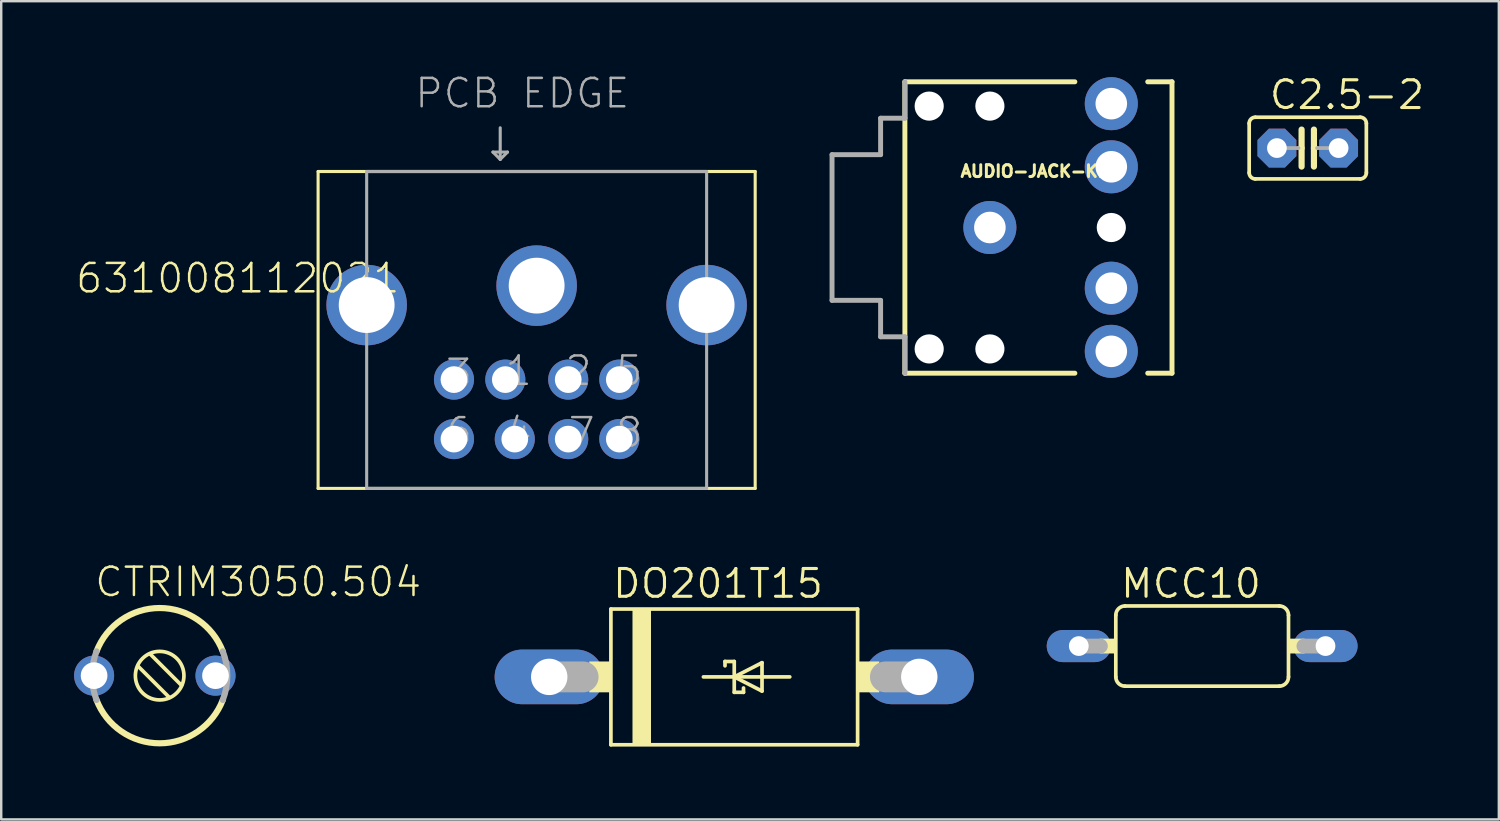
<source format=kicad_pcb>
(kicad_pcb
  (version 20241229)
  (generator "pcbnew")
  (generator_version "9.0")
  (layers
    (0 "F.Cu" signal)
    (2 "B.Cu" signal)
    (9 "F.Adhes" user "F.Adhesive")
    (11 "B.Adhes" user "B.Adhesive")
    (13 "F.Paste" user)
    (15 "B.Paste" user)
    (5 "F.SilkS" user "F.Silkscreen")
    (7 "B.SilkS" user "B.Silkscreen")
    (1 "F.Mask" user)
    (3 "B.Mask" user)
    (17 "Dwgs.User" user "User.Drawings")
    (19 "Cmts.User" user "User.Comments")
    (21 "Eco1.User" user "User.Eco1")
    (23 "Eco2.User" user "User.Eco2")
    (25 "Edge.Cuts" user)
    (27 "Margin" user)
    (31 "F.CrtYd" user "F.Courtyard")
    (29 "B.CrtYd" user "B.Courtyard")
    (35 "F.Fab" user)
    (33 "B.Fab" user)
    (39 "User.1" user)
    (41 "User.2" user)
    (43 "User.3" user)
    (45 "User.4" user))
  (footprint "CTRIM3050.504"
    (layer "F.Cu")
    (at 3.325 24.775)
    (property "Reference" "CTRIM3050.504" (at -2.54 -3.175 0) (layer "F.SilkS") (effects (font (size 1.168 1.168) (thickness 0.102)) (justify left bottom)))
    (fp_line (start -0.7 -0.4) (end 0.6 0.9) (stroke (width 0.152) (type solid)) (layer "F.SilkS"))
    (fp_line (start -0.2 -0.9) (end 1.1 0.4) (stroke (width 0.152) (type solid)) (layer "F.SilkS"))
    (fp_arc (start -2.4 -1) (mid 0.2 -2.785678) (end 2.8 -1) (stroke (width 0.254) (type solid)) (layer "F.SilkS"))
    (fp_arc (start 2.8 1) (mid 0.2 2.785678) (end -2.4 1) (stroke (width 0.254) (type solid)) (layer "F.SilkS"))
    (fp_circle (center 0.2 0) (end 1.2 0) (stroke (width 0.152) (type solid)) (fill no) (layer "F.SilkS"))
    (fp_arc (start -2.4 1) (mid -2.585678 0) (end -2.4 -1) (stroke (width 0.254) (type solid)) (layer "F.Fab"))
    (fp_arc (start 2.8 -1.000001) (mid 2.985678 0) (end 2.8 1) (stroke (width 0.254) (type solid)) (layer "F.Fab"))
    (pad "1" thru_hole circle (at -2.5 0) (size 1.65 1.65) (drill 1.1) (layers "*.Cu" "*.Mask"))
    (pad "2" thru_hole circle (at 2.5 0) (size 1.65 1.65) (drill 1.1) (layers "*.Cu" "*.Mask")))
  (footprint "C2.5-2"
    (layer "F.Cu")
    (at 50.806 3.048)
    (property "Reference" "C2.5-2" (at -1.651 -1.524 0) (layer "F.SilkS") (effects (font (size 1.143 1.143) (thickness 0.127)) (justify left bottom)))
    (fp_line (start -2.413 -1.016) (end -2.413 1.016) (stroke (width 0.152) (type solid)) (layer "F.SilkS"))
    (fp_line (start -2.159 -1.27) (end 2.159 -1.27) (stroke (width 0.152) (type solid)) (layer "F.SilkS"))
    (fp_line (start -0.254 -0.762) (end -0.254 0) (stroke (width 0.254) (type solid)) (layer "F.SilkS"))
    (fp_line (start -0.254 0) (end -0.381 0) (stroke (width 0.152) (type solid)) (layer "F.SilkS"))
    (fp_line (start -0.254 0) (end -0.254 0.762) (stroke (width 0.254) (type solid)) (layer "F.SilkS"))
    (fp_line (start 0.254 0) (end 0.254 -0.762) (stroke (width 0.254) (type solid)) (layer "F.SilkS"))
    (fp_line (start 0.254 0) (end 0.254 0.762) (stroke (width 0.254) (type solid)) (layer "F.SilkS"))
    (fp_line (start 0.381 0) (end 0.254 0) (stroke (width 0.152) (type solid)) (layer "F.SilkS"))
    (fp_line (start 2.159 1.27) (end -2.159 1.27) (stroke (width 0.152) (type solid)) (layer "F.SilkS"))
    (fp_line (start 2.413 -1.016) (end 2.413 1.016) (stroke (width 0.152) (type solid)) (layer "F.SilkS"))
    (fp_arc (start -2.413 -1.016) (mid -2.338605 -1.195605) (end -2.159 -1.27) (stroke (width 0.1524) (type solid)) (layer "F.SilkS"))
    (fp_arc (start -2.159 1.27) (mid -2.338605 1.195605) (end -2.413 1.016) (stroke (width 0.1524) (type solid)) (layer "F.SilkS"))
    (fp_arc (start 2.159 -1.27) (mid 2.338605 -1.195605) (end 2.413 -1.016) (stroke (width 0.1524) (type solid)) (layer "F.SilkS"))
    (fp_arc (start 2.413 1.016) (mid 2.338605 1.195605) (end 2.159 1.27) (stroke (width 0.1524) (type solid)) (layer "F.SilkS"))
    (fp_line (start -0.381 0) (end -1.27 0) (stroke (width 0.152) (type solid)) (layer "F.Fab"))
    (fp_line (start 1.27 0) (end 0.381 0) (stroke (width 0.152) (type solid)) (layer "F.Fab"))
    (pad "1" thru_hole roundrect (at -1.27 0) (size 1.6 1.6) (drill 0.813) (layers "*.Cu" "*.Mask") (roundrect_rratio 0.25) (chamfer_ratio 0.293) (chamfer top_left top_right bottom_left bottom_right))
    (pad "2" thru_hole roundrect (at 1.27 0) (size 1.6 1.6) (drill 0.813) (layers "*.Cu" "*.Mask") (roundrect_rratio 0.25) (chamfer_ratio 0.293) (chamfer top_left top_right bottom_left bottom_right)))
  (footprint "AUDIO-JACK-KIT"
    (layer "F.Cu")
    (at 37.715 6.319)
    (property "Reference" "AUDIO-JACK-KIT" (at -1.27 -2.032 0) (layer "F.SilkS") (effects (font (size 0.488 0.488) (thickness 0.122)) (justify left bottom)))
    (fp_circle (center 0 0) (end 0.33 0) (stroke (width 0.66) (type solid)) (fill yes) (layer "F.Mask"))
    (fp_circle (center 5 -5.1) (end 5.33 -5.1) (stroke (width 0.66) (type solid)) (fill yes) (layer "F.Mask"))
    (fp_circle (center 5 -2.5) (end 5.33 -2.5) (stroke (width 0.66) (type solid)) (fill yes) (layer "F.Mask"))
    (fp_circle (center 5 2.5) (end 5.33 2.5) (stroke (width 0.66) (type solid)) (fill yes) (layer "F.Mask"))
    (fp_circle (center 5 5.1) (end 5.33 5.1) (stroke (width 0.66) (type solid)) (fill yes) (layer "F.Mask"))
    (fp_circle (center 0 0) (end 0.61 0) (stroke (width 1.219) (type solid)) (fill yes) (layer "B.Mask"))
    (fp_circle (center 5 -5.1) (end 5.61 -5.1) (stroke (width 1.219) (type solid)) (fill yes) (layer "B.Mask"))
    (fp_circle (center 5 -2.5) (end 5.61 -2.5) (stroke (width 1.219) (type solid)) (fill yes) (layer "B.Mask"))
    (fp_circle (center 5 2.5) (end 5.61 2.5) (stroke (width 1.219) (type solid)) (fill yes) (layer "B.Mask"))
    (fp_circle (center 5 5.1) (end 5.61 5.1) (stroke (width 1.219) (type solid)) (fill yes) (layer "B.Mask"))
    (fp_line (start -3.5 -6) (end -3.5 6) (stroke (width 0.203) (type solid)) (layer "F.SilkS"))
    (fp_line (start -3.5 -6) (end 3.5 -6) (stroke (width 0.203) (type solid)) (layer "F.SilkS"))
    (fp_line (start -3.5 6) (end 3.5 6) (stroke (width 0.203) (type solid)) (layer "F.SilkS"))
    (fp_line (start 7.5 -6) (end 6.5 -6) (stroke (width 0.203) (type solid)) (layer "F.SilkS"))
    (fp_line (start 7.5 -6) (end 7.5 6) (stroke (width 0.203) (type solid)) (layer "F.SilkS"))
    (fp_line (start 7.5 6) (end 6.5 6) (stroke (width 0.203) (type solid)) (layer "F.SilkS"))
    (fp_line (start -6.5 -3) (end -6.5 3) (stroke (width 0.203) (type solid)) (layer "F.Fab"))
    (fp_line (start -6.5 -3) (end -4.5 -3) (stroke (width 0.203) (type solid)) (layer "F.Fab"))
    (fp_line (start -6.5 3) (end -4.5 3) (stroke (width 0.203) (type solid)) (layer "F.Fab"))
    (fp_line (start -4.5 -4.5) (end -4.5 -3) (stroke (width 0.203) (type solid)) (layer "F.Fab"))
    (fp_line (start -4.5 -4.5) (end -3.5 -4.5) (stroke (width 0.203) (type solid)) (layer "F.Fab"))
    (fp_line (start -4.5 3) (end -4.5 4.5) (stroke (width 0.203) (type solid)) (layer "F.Fab"))
    (fp_line (start -4.5 4.5) (end -3.5 4.5) (stroke (width 0.203) (type solid)) (layer "F.Fab"))
    (fp_line (start -3.5 -6) (end -3.5 -4.5) (stroke (width 0.203) (type solid)) (layer "F.Fab"))
    (fp_line (start -3.5 4.5) (end -3.5 6) (stroke (width 0.203) (type solid)) (layer "F.Fab"))
    (pad "" np_thru_hole circle (at -2.5 -5) (size 1.2 1.2) (drill 1.2) (layers "*.Cu" "*.Mask"))
    (pad "" np_thru_hole circle (at -2.5 5) (size 1.2 1.2) (drill 1.2) (layers "*.Cu" "*.Mask"))
    (pad "" np_thru_hole circle (at 0 -5) (size 1.2 1.2) (drill 1.2) (layers "*.Cu" "*.Mask"))
    (pad "" np_thru_hole circle (at 0 5) (size 1.2 1.2) (drill 1.2) (layers "*.Cu" "*.Mask"))
    (pad "" np_thru_hole circle (at 5 0) (size 1.2 1.2) (drill 1.2) (layers "*.Cu" "*.Mask"))
    (pad "RING" thru_hole circle (at 5 -5.1) (size 2.184 2.184) (drill 1.3) (layers "*.Cu"))
    (pad "RSH" thru_hole circle (at 5 -2.5) (size 2.184 2.184) (drill 1.3) (layers "*.Cu"))
    (pad "SLEEVE" thru_hole circle (at 0 0) (size 2.184 2.184) (drill 1.3) (layers "*.Cu"))
    (pad "TIP" thru_hole circle (at 5 5.1) (size 2.184 2.184) (drill 1.3) (layers "*.Cu"))
    (pad "TSH" thru_hole circle (at 5 2.5) (size 2.184 2.184) (drill 1.3) (layers "*.Cu")))
  (footprint "DO201T15"
    (layer "F.Cu")
    (at 27.188 24.826)
    (property "Reference" "DO201T15" (at -5.08 -3.175 0) (layer "F.SilkS") (effects (font (size 1.143 1.143) (thickness 0.127)) (justify left bottom)))
    (fp_line (start -5.08 -2.794) (end 5.08 -2.794) (stroke (width 0.152) (type solid)) (layer "F.SilkS"))
    (fp_line (start -5.08 2.794) (end -5.08 -2.794) (stroke (width 0.152) (type solid)) (layer "F.SilkS"))
    (fp_line (start -1.27 0) (end 0 0) (stroke (width 0.152) (type solid)) (layer "F.SilkS"))
    (fp_line (start -0.381 -0.635) (end 0 -0.635) (stroke (width 0.152) (type solid)) (layer "F.SilkS"))
    (fp_line (start -0.381 -0.457) (end -0.381 -0.635) (stroke (width 0.152) (type solid)) (layer "F.SilkS"))
    (fp_line (start 0 -0.635) (end 0 0) (stroke (width 0.152) (type solid)) (layer "F.SilkS"))
    (fp_line (start 0 0) (end 1.143 -0.584) (stroke (width 0.152) (type solid)) (layer "F.SilkS"))
    (fp_line (start 0 0) (end 2.286 0) (stroke (width 0.152) (type solid)) (layer "F.SilkS"))
    (fp_line (start 0 0.635) (end 0 0) (stroke (width 0.152) (type solid)) (layer "F.SilkS"))
    (fp_line (start 0.381 0.457) (end 0.381 0.635) (stroke (width 0.152) (type solid)) (layer "F.SilkS"))
    (fp_line (start 0.381 0.635) (end 0 0.635) (stroke (width 0.152) (type solid)) (layer "F.SilkS"))
    (fp_line (start 1.143 -0.584) (end 1.143 0.584) (stroke (width 0.152) (type solid)) (layer "F.SilkS"))
    (fp_line (start 1.143 0.584) (end 0 0) (stroke (width 0.152) (type solid)) (layer "F.SilkS"))
    (fp_line (start 5.08 -2.794) (end 5.08 2.794) (stroke (width 0.152) (type solid)) (layer "F.SilkS"))
    (fp_line (start 5.08 2.794) (end -5.08 2.794) (stroke (width 0.152) (type solid)) (layer "F.SilkS"))
    (fp_poly (pts (xy -5.969 0.635) (xy -5.08 0.635) (xy -5.08 -0.635) (xy -5.969 -0.635)) (stroke (width 0) (type default)) (fill yes) (layer "F.SilkS"))
    (fp_poly (pts (xy -4.191 2.794) (xy -3.429 2.794) (xy -3.429 -2.794) (xy -4.191 -2.794)) (stroke (width 0) (type default)) (fill yes) (layer "F.SilkS"))
    (fp_poly (pts (xy 5.08 0.635) (xy 5.969 0.635) (xy 5.969 -0.635) (xy 5.08 -0.635)) (stroke (width 0) (type default)) (fill yes) (layer "F.SilkS"))
    (fp_line (start -7.62 0) (end -6.223 0) (stroke (width 1.27) (type solid)) (layer "F.Fab"))
    (fp_line (start 7.62 0) (end 6.223 0) (stroke (width 1.27) (type solid)) (layer "F.Fab"))
    (pad "A" thru_hole oval (at 7.62 0) (size 4.496 2.248) (drill 1.499) (layers "*.Cu" "*.Mask"))
    (pad "C" thru_hole oval (at -7.62 0) (size 4.496 2.248) (drill 1.499) (layers "*.Cu" "*.Mask")))
  (footprint "MCC10"
    (layer "F.Cu")
    (at 46.457 23.556)
    (property "Reference" "MCC10" (at -3.429 -1.905 0) (layer "F.SilkS") (effects (font (size 1.143 1.143) (thickness 0.127)) (justify left bottom)))
    (fp_line (start -3.556 -1.27) (end -3.556 1.27) (stroke (width 0.152) (type solid)) (layer "F.SilkS"))
    (fp_line (start -3.175 -1.651) (end 3.175 -1.651) (stroke (width 0.152) (type solid)) (layer "F.SilkS"))
    (fp_line (start 3.175 1.651) (end -3.175 1.651) (stroke (width 0.152) (type solid)) (layer "F.SilkS"))
    (fp_line (start 3.556 -1.27) (end 3.556 1.27) (stroke (width 0.152) (type solid)) (layer "F.SilkS"))
    (fp_arc (start -3.556 -1.27) (mid -3.444408 -1.539408) (end -3.175 -1.651) (stroke (width 0.1524) (type solid)) (layer "F.SilkS"))
    (fp_arc (start -3.175 1.651) (mid -3.444408 1.539408) (end -3.556 1.27) (stroke (width 0.1524) (type solid)) (layer "F.SilkS"))
    (fp_arc (start 3.175 -1.651) (mid 3.444408 -1.539408) (end 3.556 -1.27) (stroke (width 0.1524) (type solid)) (layer "F.SilkS"))
    (fp_arc (start 3.556 1.27) (mid 3.444408 1.539408) (end 3.175 1.651) (stroke (width 0.1524) (type solid)) (layer "F.SilkS"))
    (fp_poly (pts (xy -4.216 0.305) (xy -3.556 0.305) (xy -3.556 -0.305) (xy -4.216 -0.305)) (stroke (width 0) (type default)) (fill yes) (layer "F.SilkS"))
    (fp_poly (pts (xy 3.556 0.305) (xy 4.216 0.305) (xy 4.216 -0.305) (xy 3.556 -0.305)) (stroke (width 0) (type default)) (fill yes) (layer "F.SilkS"))
    (fp_line (start -4.191 0) (end -5.08 0) (stroke (width 0.61) (type solid)) (layer "F.Fab"))
    (fp_line (start 5.08 0) (end 4.191 0) (stroke (width 0.61) (type solid)) (layer "F.Fab"))
    (pad "1" thru_hole oval (at -5.08 0) (size 2.642 1.321) (drill 0.813) (layers "*.Cu" "*.Mask"))
    (pad "2" thru_hole oval (at 5.08 0) (size 2.642 1.321) (drill 0.813) (layers "*.Cu" "*.Mask")))
  (footprint "631008112021"
    (layer "F.Cu")
    (at 19.05 4.013)
    (property "Reference" "631008112021" (at -19.05 5.08 0) (layer "F.SilkS") (effects (font (size 1.168 1.168) (thickness 0.102)) (justify left bottom)))
    (fp_line (start -9 0) (end 9 0) (stroke (width 0.127) (type solid)) (layer "F.SilkS"))
    (fp_line (start -9 13.05) (end -9 0) (stroke (width 0.127) (type solid)) (layer "F.SilkS"))
    (fp_line (start 9 0) (end 9 13.05) (stroke (width 0.127) (type solid)) (layer "F.SilkS"))
    (fp_line (start 9 13.05) (end -9 13.05) (stroke (width 0.127) (type solid)) (layer "F.SilkS"))
    (fp_line (start -7 0) (end 7 0) (stroke (width 0.127) (type solid)) (layer "F.Fab"))
    (fp_line (start -7 13.05) (end -7 0) (stroke (width 0.127) (type solid)) (layer "F.Fab"))
    (fp_line (start -1.8 -0.8) (end -1.2 -0.8) (stroke (width 0.127) (type solid)) (layer "F.Fab"))
    (fp_line (start -1.5 -1.8) (end -1.5 -0.5) (stroke (width 0.127) (type solid)) (layer "F.Fab"))
    (fp_line (start -1.5 -0.5) (end -1.8 -0.8) (stroke (width 0.127) (type solid)) (layer "F.Fab"))
    (fp_line (start -1.2 -0.8) (end -1.5 -0.5) (stroke (width 0.127) (type solid)) (layer "F.Fab"))
    (fp_line (start 7 0) (end 7 13.05) (stroke (width 0.127) (type solid)) (layer "F.Fab"))
    (fp_line (start 7 13.05) (end -7 13.05) (stroke (width 0.127) (type solid)) (layer "F.Fab"))
    (fp_text user "5" (at 3.19 8.89 0) (layer "F.Fab") (effects (font (size 1.168 1.168) (thickness 0.102)) (justify left bottom)))
    (fp_text user "2" (at 1.095 8.89 0) (layer "F.Fab") (effects (font (size 1.168 1.168) (thickness 0.102)) (justify left bottom)))
    (fp_text user "3" (at -3.825 9.025 0) (layer "F.Fab") (effects (font (size 1.168 1.168) (thickness 0.102)) (justify left bottom)))
    (fp_text user "8" (at 3.19 11.43 0) (layer "F.Fab") (effects (font (size 1.168 1.168) (thickness 0.102)) (justify left bottom)))
    (fp_text user "4" (at -1.365 11.43 0) (layer "F.Fab") (effects (font (size 1.168 1.168) (thickness 0.102)) (justify left bottom)))
    (fp_text user "7" (at 1.23 11.43 0) (layer "F.Fab") (effects (font (size 1.168 1.168) (thickness 0.102)) (justify left bottom)))
    (fp_text user "PCB EDGE" (at -5.08 -2.54 0) (layer "F.Fab") (effects (font (size 1.168 1.168) (thickness 0.102)) (justify left bottom)))
    (fp_text user "6" (at -3.825 11.43 0) (layer "F.Fab") (effects (font (size 1.168 1.168) (thickness 0.102)) (justify left bottom)))
    (fp_text user "1" (at -1.365 8.89 0) (layer "F.Fab") (effects (font (size 1.168 1.168) (thickness 0.102)) (justify left bottom)))
    (pad "1" thru_hole circle (at -1.29 8.57) (size 1.65 1.65) (drill 1.1) (layers "*.Cu" "*.Mask"))
    (pad "2" thru_hole circle (at 1.3 8.57) (size 1.65 1.65) (drill 1.1) (layers "*.Cu" "*.Mask"))
    (pad "3" thru_hole circle (at -3.405 8.57) (size 1.65 1.65) (drill 1.1) (layers "*.Cu" "*.Mask"))
    (pad "4" thru_hole circle (at -0.9 11.02) (size 1.65 1.65) (drill 1.1) (layers "*.Cu" "*.Mask"))
    (pad "5" thru_hole circle (at 3.405 8.57) (size 1.65 1.65) (drill 1.1) (layers "*.Cu" "*.Mask"))
    (pad "6" thru_hole circle (at -3.405 11.02) (size 1.65 1.65) (drill 1.1) (layers "*.Cu" "*.Mask"))
    (pad "7" thru_hole circle (at 1.3 11.02) (size 1.65 1.65) (drill 1.1) (layers "*.Cu" "*.Mask"))
    (pad "8" thru_hole circle (at 3.405 11.02) (size 1.65 1.65) (drill 1.1) (layers "*.Cu" "*.Mask"))
    (pad "Z1" thru_hole circle (at 0 4.7) (size 3.316 3.316) (drill 2.3) (layers "*.Cu" "*.Mask"))
    (pad "Z2" thru_hole circle (at -7 5.5) (size 3.316 3.316) (drill 2.3) (layers "*.Cu" "*.Mask"))
    (pad "Z3" thru_hole circle (at 7 5.5) (size 3.316 3.316) (drill 2.3) (layers "*.Cu" "*.Mask")))
  (gr_rect
    (start -3 -3)
    (end 58.675 30.696)
    (stroke (width 0.1) (type default))
    (fill no)
    (layer "Edge.Cuts")))
</source>
